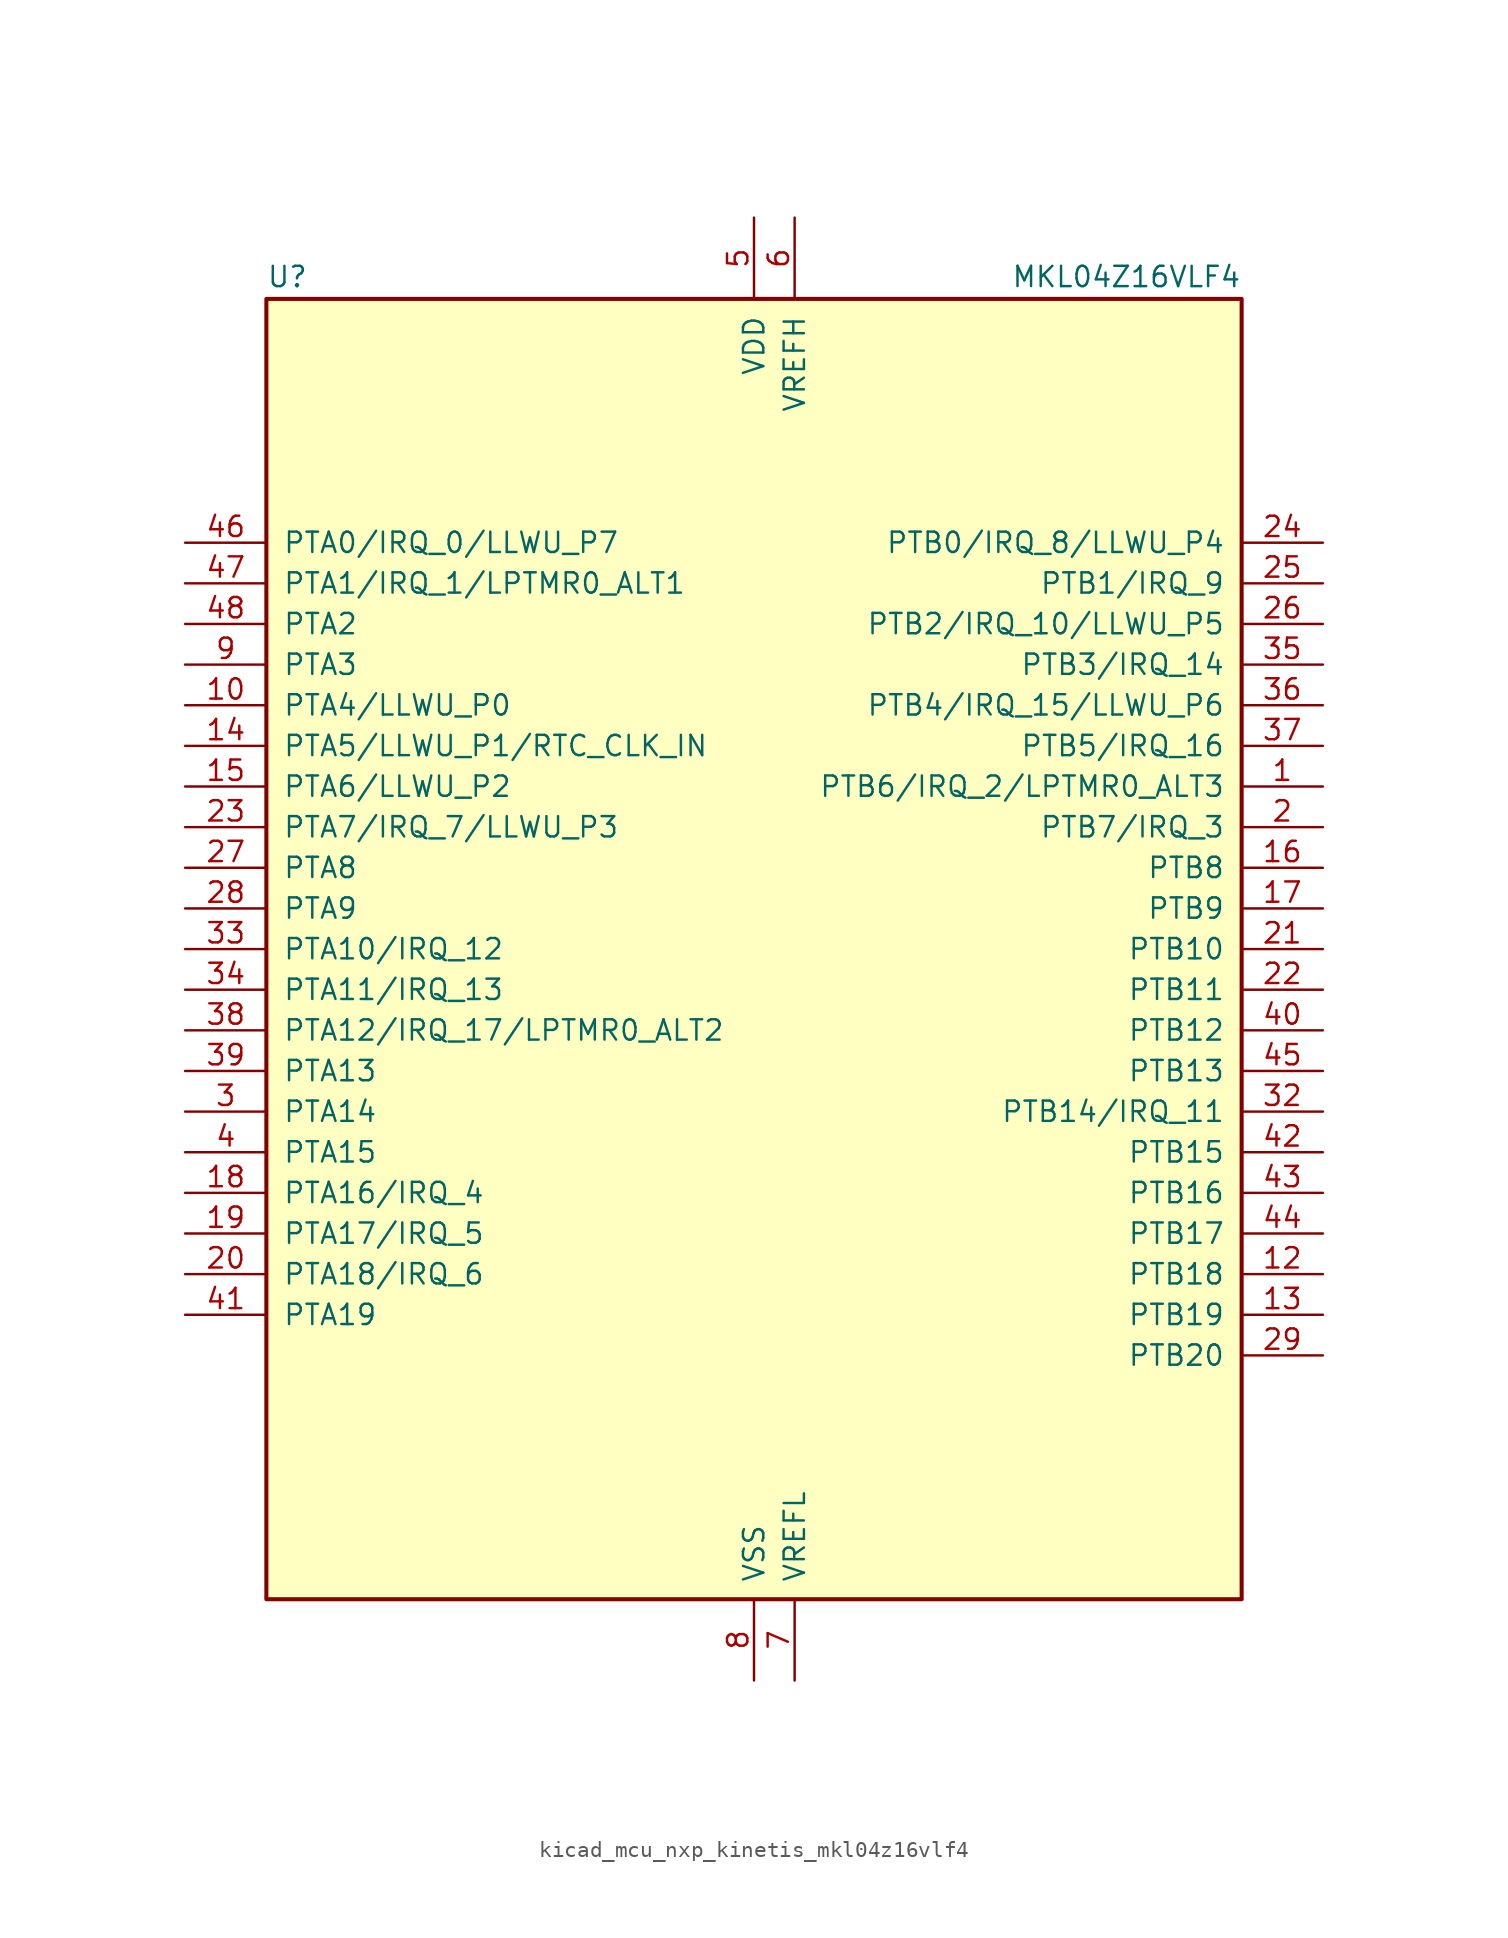
<source format=kicad_sym>
(kicad_symbol_lib
  (version 20220914)
  (generator kicad_symbol_editor)
  (symbol "kicad_mcu_nxp_kinetis_mkl04z16vlf4"
    (pin_names
      (offset 1.016))
    (property "Reference" "U"
      (at -30.48 41.275 0)
      (effects (font (size 1.27 1.27)) (justify left bottom)))
    (property "Value" "MKL04Z16VLF4"
      (at 30.48 41.275 0)
      (effects (font (size 1.27 1.27)) (justify right bottom)))
    (symbol "kicad_mcu_nxp_kinetis_mkl04z16vlf4_0_1"
      (rectangle (start -30.48 40.64) (end 30.48 -40.64) (stroke (width 0.254) (type default)) (fill (type background))))
    (symbol "kicad_mcu_nxp_kinetis_mkl04z16vlf4_1_1"
      (pin bidirectional line (at 35.56 10.16 180) (length 5.08) (name "PTB6/IRQ_2/LPTMR0_ALT3" (effects (font (size 1.27 1.27)))) (number "1" (effects (font (size 1.27 1.27)))))
      (pin bidirectional line (at -35.56 15.24 0) (length 5.08) (name "PTA4/LLWU_P0" (effects (font (size 1.27 1.27)))) (number "10" (effects (font (size 1.27 1.27)))))
      (pin passive line (at 0 -45.72 90) (length 5.08) hide (name "VSS" (effects (font (size 1.27 1.27)))) (number "11" (effects (font (size 1.27 1.27)))))
      (pin bidirectional line (at 35.56 -20.32 180) (length 5.08) (name "PTB18" (effects (font (size 1.27 1.27)))) (number "12" (effects (font (size 1.27 1.27)))))
      (pin bidirectional line (at 35.56 -22.86 180) (length 5.08) (name "PTB19" (effects (font (size 1.27 1.27)))) (number "13" (effects (font (size 1.27 1.27)))))
      (pin bidirectional line (at -35.56 12.7 0) (length 5.08) (name "PTA5/LLWU_P1/RTC_CLK_IN" (effects (font (size 1.27 1.27)))) (number "14" (effects (font (size 1.27 1.27)))))
      (pin bidirectional line (at -35.56 10.16 0) (length 5.08) (name "PTA6/LLWU_P2" (effects (font (size 1.27 1.27)))) (number "15" (effects (font (size 1.27 1.27)))))
      (pin bidirectional line (at 35.56 5.08 180) (length 5.08) (name "PTB8" (effects (font (size 1.27 1.27)))) (number "16" (effects (font (size 1.27 1.27)))))
      (pin bidirectional line (at 35.56 2.54 180) (length 5.08) (name "PTB9" (effects (font (size 1.27 1.27)))) (number "17" (effects (font (size 1.27 1.27)))))
      (pin bidirectional line (at -35.56 -15.24 0) (length 5.08) (name "PTA16/IRQ_4" (effects (font (size 1.27 1.27)))) (number "18" (effects (font (size 1.27 1.27)))))
      (pin bidirectional line (at -35.56 -17.78 0) (length 5.08) (name "PTA17/IRQ_5" (effects (font (size 1.27 1.27)))) (number "19" (effects (font (size 1.27 1.27)))))
      (pin bidirectional line (at 35.56 7.62 180) (length 5.08) (name "PTB7/IRQ_3" (effects (font (size 1.27 1.27)))) (number "2" (effects (font (size 1.27 1.27)))))
      (pin bidirectional line (at -35.56 -20.32 0) (length 5.08) (name "PTA18/IRQ_6" (effects (font (size 1.27 1.27)))) (number "20" (effects (font (size 1.27 1.27)))))
      (pin bidirectional line (at 35.56 0 180) (length 5.08) (name "PTB10" (effects (font (size 1.27 1.27)))) (number "21" (effects (font (size 1.27 1.27)))))
      (pin bidirectional line (at 35.56 -2.54 180) (length 5.08) (name "PTB11" (effects (font (size 1.27 1.27)))) (number "22" (effects (font (size 1.27 1.27)))))
      (pin bidirectional line (at -35.56 7.62 0) (length 5.08) (name "PTA7/IRQ_7/LLWU_P3" (effects (font (size 1.27 1.27)))) (number "23" (effects (font (size 1.27 1.27)))))
      (pin bidirectional line (at 35.56 25.4 180) (length 5.08) (name "PTB0/IRQ_8/LLWU_P4" (effects (font (size 1.27 1.27)))) (number "24" (effects (font (size 1.27 1.27)))))
      (pin bidirectional line (at 35.56 22.86 180) (length 5.08) (name "PTB1/IRQ_9" (effects (font (size 1.27 1.27)))) (number "25" (effects (font (size 1.27 1.27)))))
      (pin bidirectional line (at 35.56 20.32 180) (length 5.08) (name "PTB2/IRQ_10/LLWU_P5" (effects (font (size 1.27 1.27)))) (number "26" (effects (font (size 1.27 1.27)))))
      (pin bidirectional line (at -35.56 5.08 0) (length 5.08) (name "PTA8" (effects (font (size 1.27 1.27)))) (number "27" (effects (font (size 1.27 1.27)))))
      (pin bidirectional line (at -35.56 2.54 0) (length 5.08) (name "PTA9" (effects (font (size 1.27 1.27)))) (number "28" (effects (font (size 1.27 1.27)))))
      (pin bidirectional line (at 35.56 -25.4 180) (length 5.08) (name "PTB20" (effects (font (size 1.27 1.27)))) (number "29" (effects (font (size 1.27 1.27)))))
      (pin bidirectional line (at -35.56 -10.16 0) (length 5.08) (name "PTA14" (effects (font (size 1.27 1.27)))) (number "3" (effects (font (size 1.27 1.27)))))
      (pin passive line (at 0 -45.72 90) (length 5.08) hide (name "VSS" (effects (font (size 1.27 1.27)))) (number "30" (effects (font (size 1.27 1.27)))))
      (pin passive line (at 0 45.72 270) (length 5.08) hide (name "VDD" (effects (font (size 1.27 1.27)))) (number "31" (effects (font (size 1.27 1.27)))))
      (pin bidirectional line (at 35.56 -10.16 180) (length 5.08) (name "PTB14/IRQ_11" (effects (font (size 1.27 1.27)))) (number "32" (effects (font (size 1.27 1.27)))))
      (pin bidirectional line (at -35.56 0 0) (length 5.08) (name "PTA10/IRQ_12" (effects (font (size 1.27 1.27)))) (number "33" (effects (font (size 1.27 1.27)))))
      (pin bidirectional line (at -35.56 -2.54 0) (length 5.08) (name "PTA11/IRQ_13" (effects (font (size 1.27 1.27)))) (number "34" (effects (font (size 1.27 1.27)))))
      (pin bidirectional line (at 35.56 17.78 180) (length 5.08) (name "PTB3/IRQ_14" (effects (font (size 1.27 1.27)))) (number "35" (effects (font (size 1.27 1.27)))))
      (pin bidirectional line (at 35.56 15.24 180) (length 5.08) (name "PTB4/IRQ_15/LLWU_P6" (effects (font (size 1.27 1.27)))) (number "36" (effects (font (size 1.27 1.27)))))
      (pin bidirectional line (at 35.56 12.7 180) (length 5.08) (name "PTB5/IRQ_16" (effects (font (size 1.27 1.27)))) (number "37" (effects (font (size 1.27 1.27)))))
      (pin bidirectional line (at -35.56 -5.08 0) (length 5.08) (name "PTA12/IRQ_17/LPTMR0_ALT2" (effects (font (size 1.27 1.27)))) (number "38" (effects (font (size 1.27 1.27)))))
      (pin bidirectional line (at -35.56 -7.62 0) (length 5.08) (name "PTA13" (effects (font (size 1.27 1.27)))) (number "39" (effects (font (size 1.27 1.27)))))
      (pin bidirectional line (at -35.56 -12.7 0) (length 5.08) (name "PTA15" (effects (font (size 1.27 1.27)))) (number "4" (effects (font (size 1.27 1.27)))))
      (pin bidirectional line (at 35.56 -5.08 180) (length 5.08) (name "PTB12" (effects (font (size 1.27 1.27)))) (number "40" (effects (font (size 1.27 1.27)))))
      (pin bidirectional line (at -35.56 -22.86 0) (length 5.08) (name "PTA19" (effects (font (size 1.27 1.27)))) (number "41" (effects (font (size 1.27 1.27)))))
      (pin bidirectional line (at 35.56 -12.7 180) (length 5.08) (name "PTB15" (effects (font (size 1.27 1.27)))) (number "42" (effects (font (size 1.27 1.27)))))
      (pin bidirectional line (at 35.56 -15.24 180) (length 5.08) (name "PTB16" (effects (font (size 1.27 1.27)))) (number "43" (effects (font (size 1.27 1.27)))))
      (pin bidirectional line (at 35.56 -17.78 180) (length 5.08) (name "PTB17" (effects (font (size 1.27 1.27)))) (number "44" (effects (font (size 1.27 1.27)))))
      (pin bidirectional line (at 35.56 -7.62 180) (length 5.08) (name "PTB13" (effects (font (size 1.27 1.27)))) (number "45" (effects (font (size 1.27 1.27)))))
      (pin bidirectional line (at -35.56 25.4 0) (length 5.08) (name "PTA0/IRQ_0/LLWU_P7" (effects (font (size 1.27 1.27)))) (number "46" (effects (font (size 1.27 1.27)))))
      (pin bidirectional line (at -35.56 22.86 0) (length 5.08) (name "PTA1/IRQ_1/LPTMR0_ALT1" (effects (font (size 1.27 1.27)))) (number "47" (effects (font (size 1.27 1.27)))))
      (pin bidirectional line (at -35.56 20.32 0) (length 5.08) (name "PTA2" (effects (font (size 1.27 1.27)))) (number "48" (effects (font (size 1.27 1.27)))))
      (pin power_in line (at 0 45.72 270) (length 5.08) (name "VDD" (effects (font (size 1.27 1.27)))) (number "5" (effects (font (size 1.27 1.27)))))
      (pin power_in line (at 2.54 45.72 270) (length 5.08) (name "VREFH" (effects (font (size 1.27 1.27)))) (number "6" (effects (font (size 1.27 1.27)))))
      (pin power_in line (at 2.54 -45.72 90) (length 5.08) (name "VREFL" (effects (font (size 1.27 1.27)))) (number "7" (effects (font (size 1.27 1.27)))))
      (pin power_in line (at 0 -45.72 90) (length 5.08) (name "VSS" (effects (font (size 1.27 1.27)))) (number "8" (effects (font (size 1.27 1.27)))))
      (pin bidirectional line (at -35.56 17.78 0) (length 5.08) (name "PTA3" (effects (font (size 1.27 1.27)))) (number "9" (effects (font (size 1.27 1.27))))))))
</source>
